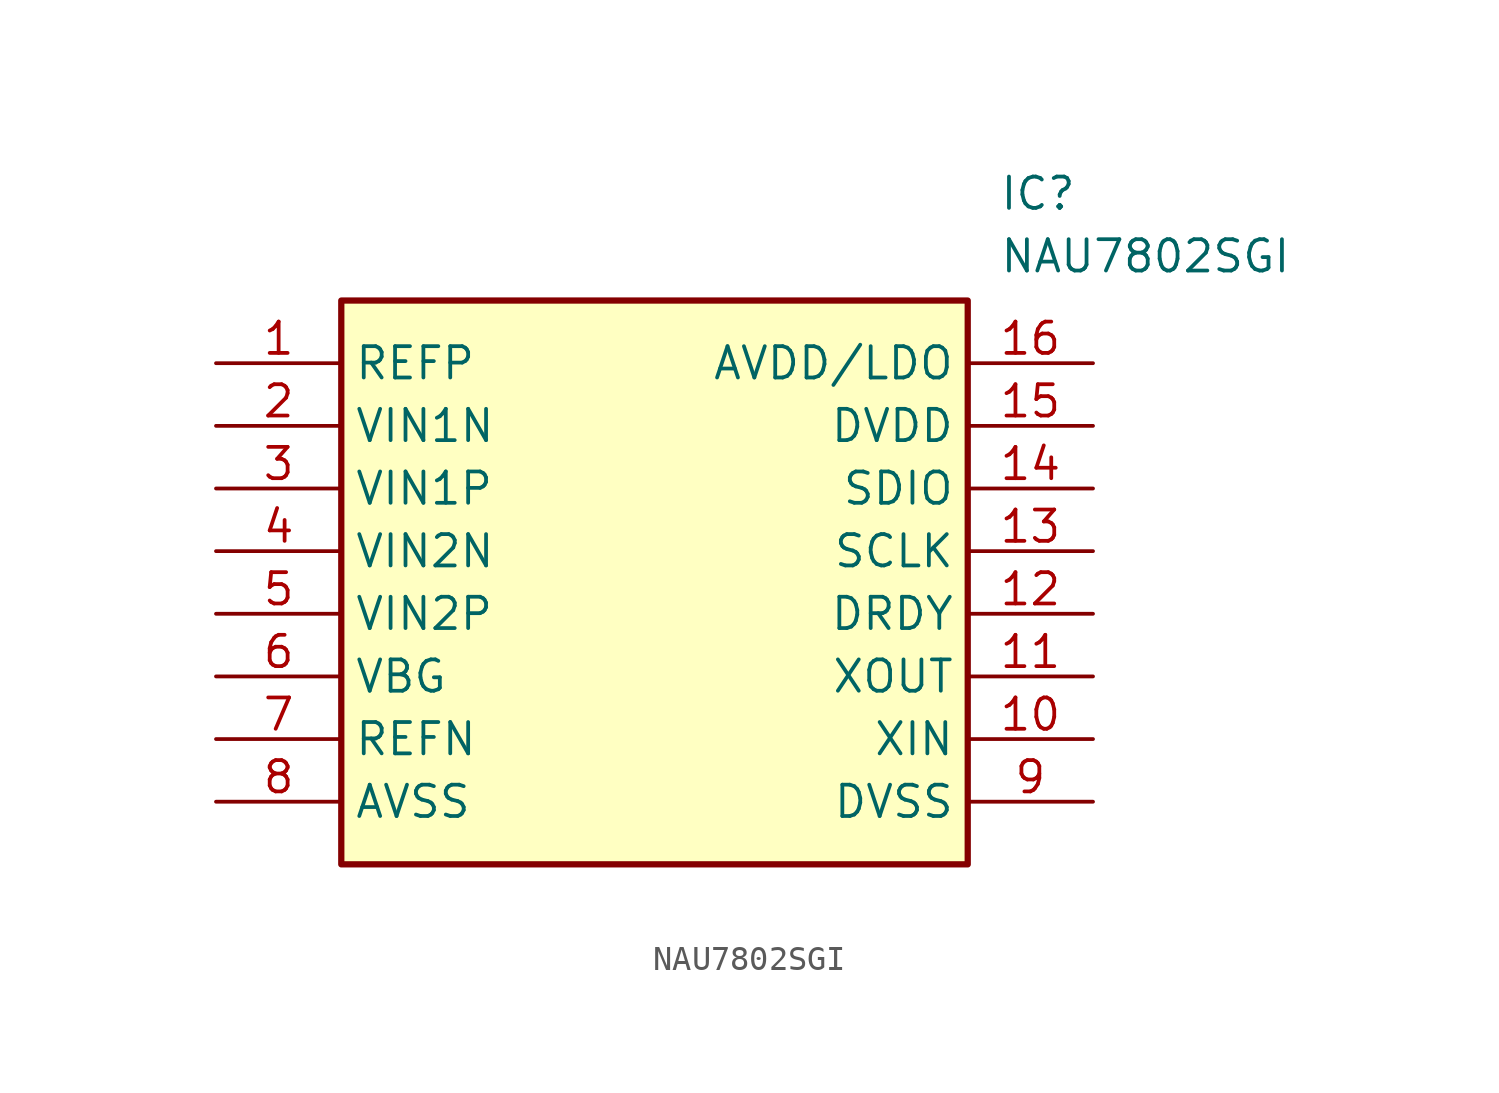
<source format=kicad_sym>
(kicad_symbol_lib
  (version 20211014)
  (generator SamacSys_ECAD_Model)
  (symbol "NAU7802SGI"
    (property "Reference" "IC"
      (at 31.75 7.62 0)
      (effects (font (size 1.27 1.27)) (justify left top)))
    (property "Value" "NAU7802SGI"
      (at 31.75 5.08 0)
      (effects (font (size 1.27 1.27)) (justify left top)))
    (rectangle
      (start 5.08 2.54)
      (end 30.48 -20.32)
      (stroke (width 0.254) (type default))
      (fill (type background)))
    (pin passive line
      (at 0 0 0)
      (length 5.08)
      (name "REFP" (effects (font (size 1.27 1.27))))
      (number "1" (effects (font (size 1.27 1.27)))))
    (pin passive line
      (at 0 -2.54 0)
      (length 5.08)
      (name "VIN1N" (effects (font (size 1.27 1.27))))
      (number "2" (effects (font (size 1.27 1.27)))))
    (pin passive line
      (at 0 -5.08 0)
      (length 5.08)
      (name "VIN1P" (effects (font (size 1.27 1.27))))
      (number "3" (effects (font (size 1.27 1.27)))))
    (pin passive line
      (at 0 -7.62 0)
      (length 5.08)
      (name "VIN2N" (effects (font (size 1.27 1.27))))
      (number "4" (effects (font (size 1.27 1.27)))))
    (pin passive line
      (at 0 -10.16 0)
      (length 5.08)
      (name "VIN2P" (effects (font (size 1.27 1.27))))
      (number "5" (effects (font (size 1.27 1.27)))))
    (pin passive line
      (at 0 -12.7 0)
      (length 5.08)
      (name "VBG" (effects (font (size 1.27 1.27))))
      (number "6" (effects (font (size 1.27 1.27)))))
    (pin passive line
      (at 0 -15.24 0)
      (length 5.08)
      (name "REFN" (effects (font (size 1.27 1.27))))
      (number "7" (effects (font (size 1.27 1.27)))))
    (pin passive line
      (at 0 -17.78 0)
      (length 5.08)
      (name "AVSS" (effects (font (size 1.27 1.27))))
      (number "8" (effects (font (size 1.27 1.27)))))
    (pin passive line
      (at 35.56 0 180)
      (length 5.08)
      (name "AVDD/LDO" (effects (font (size 1.27 1.27))))
      (number "16" (effects (font (size 1.27 1.27)))))
    (pin passive line
      (at 35.56 -2.54 180)
      (length 5.08)
      (name "DVDD" (effects (font (size 1.27 1.27))))
      (number "15" (effects (font (size 1.27 1.27)))))
    (pin passive line
      (at 35.56 -5.08 180)
      (length 5.08)
      (name "SDIO" (effects (font (size 1.27 1.27))))
      (number "14" (effects (font (size 1.27 1.27)))))
    (pin passive line
      (at 35.56 -7.62 180)
      (length 5.08)
      (name "SCLK" (effects (font (size 1.27 1.27))))
      (number "13" (effects (font (size 1.27 1.27)))))
    (pin passive line
      (at 35.56 -10.16 180)
      (length 5.08)
      (name "DRDY" (effects (font (size 1.27 1.27))))
      (number "12" (effects (font (size 1.27 1.27)))))
    (pin passive line
      (at 35.56 -12.7 180)
      (length 5.08)
      (name "XOUT" (effects (font (size 1.27 1.27))))
      (number "11" (effects (font (size 1.27 1.27)))))
    (pin passive line
      (at 35.56 -15.24 180)
      (length 5.08)
      (name "XIN" (effects (font (size 1.27 1.27))))
      (number "10" (effects (font (size 1.27 1.27)))))
    (pin passive line
      (at 35.56 -17.78 180)
      (length 5.08)
      (name "DVSS" (effects (font (size 1.27 1.27))))
      (number "9" (effects (font (size 1.27 1.27)))))))
</source>
